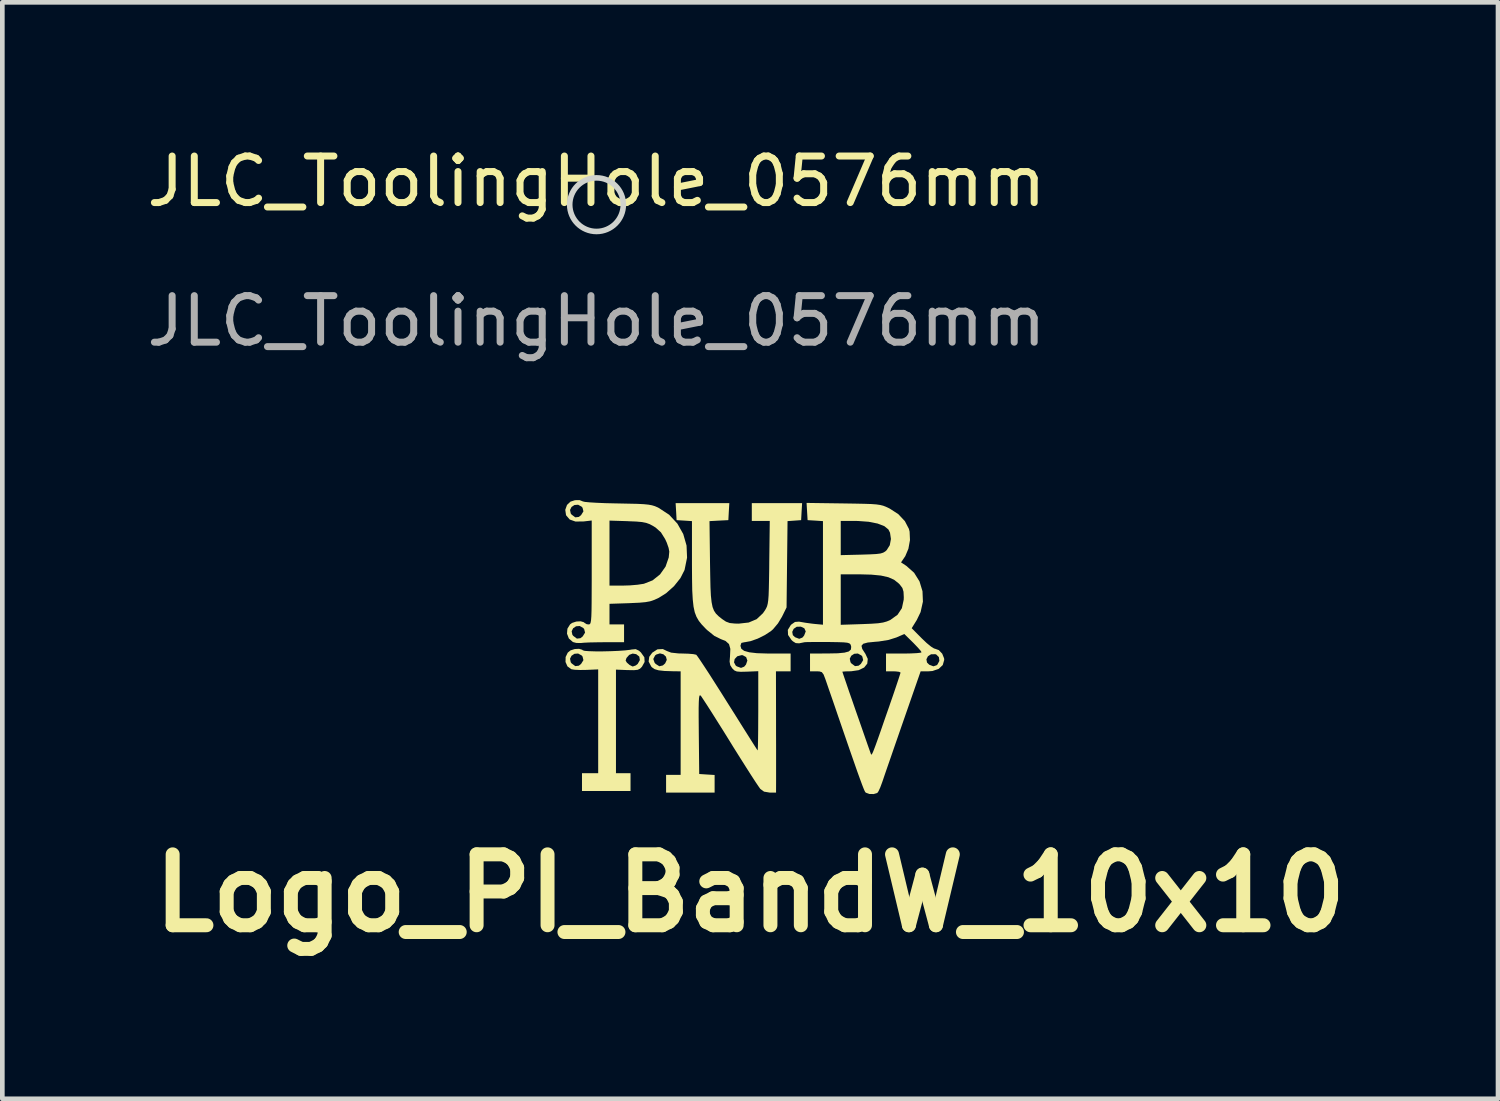
<source format=kicad_pcb>
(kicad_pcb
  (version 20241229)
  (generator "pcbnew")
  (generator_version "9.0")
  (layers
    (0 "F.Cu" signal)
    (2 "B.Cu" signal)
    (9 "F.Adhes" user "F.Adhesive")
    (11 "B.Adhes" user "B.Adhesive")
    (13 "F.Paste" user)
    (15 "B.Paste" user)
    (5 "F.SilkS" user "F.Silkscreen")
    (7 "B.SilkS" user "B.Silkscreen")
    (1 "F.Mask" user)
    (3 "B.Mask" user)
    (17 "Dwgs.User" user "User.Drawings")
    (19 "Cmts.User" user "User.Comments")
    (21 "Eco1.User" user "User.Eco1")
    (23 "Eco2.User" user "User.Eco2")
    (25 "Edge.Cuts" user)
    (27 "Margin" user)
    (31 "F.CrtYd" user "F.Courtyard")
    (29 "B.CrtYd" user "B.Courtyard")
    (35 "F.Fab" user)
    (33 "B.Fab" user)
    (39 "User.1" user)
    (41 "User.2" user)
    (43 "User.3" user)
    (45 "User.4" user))
  (footprint "JLC_ToolingHole_0576mm"
    (layer "F.Cu")
    (at 9.768 1.348)
    (property "Reference" "JLC_ToolingHole_0576mm" (at 0 -0.5 0) (unlocked yes) (layer "F.SilkS") (effects (font (size 1 1) (thickness 0.15))))
    (fp_circle (center 0 0) (end 0.576 0) (stroke (width 0.12) (type solid)) (fill no) (layer "Edge.Cuts"))
    (fp_text user "${REFERENCE}" (at 0 2.5 0) (unlocked yes) (layer "F.Fab") (effects (font (size 1 1) (thickness 0.15)))))
  (footprint "Logo_PI_BandW_10x10"
    (layer "F.Cu")
    (at 13.07 11.063)
    (property "Reference" "Logo_PI_BandW_10x10" (at 0 5.08 0) (layer "F.SilkS") (effects (font (size 1.524 1.524) (thickness 0.3))))
    (attr board_only exclude_from_pos_files exclude_from_bom)
    (fp_poly (pts (xy -3.609 -0.151) (xy -3.596 -0.139) (xy -3.555 -0.127) (xy -3.46 -0.12) (xy -3.325 -0.116) (xy -3.166 -0.116) (xy -2.996 -0.12) (xy -2.832 -0.127) (xy -2.688 -0.137) (xy -2.578 -0.15) (xy -2.547 -0.156) (xy -2.459 -0.164) (xy -2.389 -0.13) (xy -2.347 -0.092) (xy -2.274 0.011) (xy -2.268 0.111) (xy -2.325 0.213) (xy -2.367 0.256) (xy -2.417 0.28) (xy -2.496 0.288) (xy -2.622 0.286) (xy -2.638 0.286) (xy -2.884 0.276) (xy -2.884 2.502) (xy -2.571 2.502) (xy -2.571 2.884) (xy -3.614 2.884) (xy -3.614 2.502) (xy -3.266 2.502) (xy -3.266 0.271) (xy -3.518 0.282) (xy -3.654 0.284) (xy -3.77 0.279) (xy -3.842 0.268) (xy -3.843 0.267) (xy -3.926 0.207) (xy -3.968 0.112) (xy -3.966 0.042) (xy -3.871 0.042) (xy -3.856 0.117) (xy -3.837 0.142) (xy -3.758 0.201) (xy -3.682 0.192) (xy -3.634 0.154) (xy -3.589 0.082) (xy -2.676 0.082) (xy -2.649 0.126) (xy -2.591 0.176) (xy -2.531 0.207) (xy -2.519 0.208) (xy -2.458 0.186) (xy -2.417 0.154) (xy -2.37 0.071) (xy -2.383 -0.005) (xy -2.449 -0.056) (xy -2.525 -0.069) (xy -2.599 -0.041) (xy -2.658 0.026) (xy -2.676 0.082) (xy -3.589 0.082) (xy -3.583 0.072) (xy -3.602 -0.005) (xy -3.621 -0.028) (xy -3.697 -0.07) (xy -3.776 -0.064) (xy -3.839 -0.022) (xy -3.871 0.042) (xy -3.966 0.042) (xy -3.966 0.006) (xy -3.92 -0.089) (xy -3.861 -0.137) (xy -3.771 -0.166) (xy -3.677 -0.171)) (stroke (width 0) (type solid)) (fill yes) (layer "F.SilkS"))
    (fp_poly (pts (xy -3.595 -3.338) (xy -3.551 -3.328) (xy -3.449 -3.318) (xy -3.3 -3.309) (xy -3.113 -3.301) (xy -2.901 -3.296) (xy -2.849 -3.295) (xy -2.607 -3.29) (xy -2.423 -3.286) (xy -2.287 -3.279) (xy -2.186 -3.269) (xy -2.11 -3.255) (xy -2.047 -3.236) (xy -1.987 -3.21) (xy -1.964 -3.198) (xy -1.741 -3.052) (xy -1.564 -2.861) (xy -1.438 -2.637) (xy -1.367 -2.39) (xy -1.356 -2.13) (xy -1.409 -1.87) (xy -1.41 -1.865) (xy -1.499 -1.69) (xy -1.637 -1.517) (xy -1.807 -1.365) (xy -1.971 -1.263) (xy -2.064 -1.221) (xy -2.15 -1.192) (xy -2.25 -1.174) (xy -2.379 -1.162) (xy -2.557 -1.154) (xy -2.595 -1.152) (xy -3.023 -1.138) (xy -3.023 -0.695) (xy -2.71 -0.695) (xy -2.71 -0.313) (xy -3.123 -0.313) (xy -3.295 -0.311) (xy -3.451 -0.308) (xy -3.572 -0.302) (xy -3.635 -0.296) (xy -3.736 -0.297) (xy -3.81 -0.317) (xy -3.896 -0.393) (xy -3.936 -0.496) (xy -3.932 -0.549) (xy -3.836 -0.549) (xy -3.821 -0.474) (xy -3.802 -0.449) (xy -3.723 -0.39) (xy -3.648 -0.399) (xy -3.599 -0.437) (xy -3.548 -0.519) (xy -3.567 -0.596) (xy -3.586 -0.618) (xy -3.663 -0.661) (xy -3.741 -0.655) (xy -3.804 -0.613) (xy -3.836 -0.549) (xy -3.932 -0.549) (xy -3.927 -0.604) (xy -3.87 -0.696) (xy -3.826 -0.728) (xy -3.736 -0.757) (xy -3.643 -0.762) (xy -3.574 -0.742) (xy -3.562 -0.73) (xy -3.513 -0.7) (xy -3.473 -0.695) (xy -3.454 -0.697) (xy -3.439 -0.709) (xy -3.428 -0.737) (xy -3.419 -0.789) (xy -3.413 -0.871) (xy -3.409 -0.99) (xy -3.407 -1.155) (xy -3.406 -1.371) (xy -3.405 -1.646) (xy -3.405 -1.812) (xy -3.405 -2.926) (xy -3.023 -2.926) (xy -3.023 -1.529) (xy -2.747 -1.529) (xy -2.584 -1.534) (xy -2.419 -1.548) (xy -2.289 -1.568) (xy -2.286 -1.568) (xy -2.097 -1.642) (xy -1.937 -1.77) (xy -1.818 -1.938) (xy -1.75 -2.134) (xy -1.738 -2.26) (xy -1.753 -2.34) (xy -1.792 -2.452) (xy -1.828 -2.53) (xy -1.917 -2.673) (xy -2.03 -2.775) (xy -2.079 -2.806) (xy -2.158 -2.849) (xy -2.234 -2.877) (xy -2.325 -2.895) (xy -2.449 -2.906) (xy -2.624 -2.913) (xy -2.632 -2.914) (xy -3.023 -2.926) (xy -3.405 -2.926) (xy -3.405 -2.928) (xy -3.58 -2.908) (xy -3.754 -2.906) (xy -3.877 -2.949) (xy -3.953 -3.037) (xy -3.957 -3.044) (xy -3.973 -3.155) (xy -3.871 -3.155) (xy -3.856 -3.08) (xy -3.837 -3.055) (xy -3.758 -2.996) (xy -3.682 -3.005) (xy -3.634 -3.043) (xy -3.583 -3.125) (xy -3.602 -3.202) (xy -3.621 -3.225) (xy -3.697 -3.267) (xy -3.776 -3.261) (xy -3.839 -3.219) (xy -3.871 -3.155) (xy -3.973 -3.155) (xy -3.974 -3.156) (xy -3.936 -3.263) (xy -3.861 -3.334) (xy -3.763 -3.365) (xy -3.664 -3.366)) (stroke (width 0) (type solid)) (fill yes) (layer "F.SilkS"))
    (fp_poly (pts (xy -0.459 -3.119) (xy -0.469 -2.936) (xy -0.671 -2.926) (xy -0.874 -2.915) (xy -0.863 -2.022) (xy -0.858 -1.728) (xy -0.853 -1.494) (xy -0.844 -1.312) (xy -0.829 -1.174) (xy -0.808 -1.069) (xy -0.777 -0.99) (xy -0.736 -0.928) (xy -0.681 -0.873) (xy -0.612 -0.818) (xy -0.602 -0.81) (xy -0.52 -0.755) (xy -0.438 -0.725) (xy -0.33 -0.714) (xy -0.246 -0.712) (xy -0.032 -0.736) (xy 0.139 -0.808) (xy 0.274 -0.935) (xy 0.32 -1.001) (xy 0.344 -1.043) (xy 0.363 -1.086) (xy 0.377 -1.14) (xy 0.388 -1.214) (xy 0.396 -1.317) (xy 0.401 -1.459) (xy 0.405 -1.647) (xy 0.409 -1.891) (xy 0.41 -2.024) (xy 0.421 -2.919) (xy 0.035 -2.919) (xy 0.035 -3.301) (xy 1.116 -3.301) (xy 1.105 -3.119) (xy 1.095 -2.936) (xy 0.803 -2.915) (xy 0.782 -1.06) (xy 0.684 -0.861) (xy 0.597 -0.717) (xy 0.492 -0.592) (xy 0.449 -0.554) (xy 0.317 -0.467) (xy 0.162 -0.39) (xy 0.01 -0.336) (xy -0.115 -0.313) (xy -0.122 -0.313) (xy -0.189 -0.298) (xy -0.208 -0.241) (xy -0.208 -0.233) (xy -0.19 -0.172) (xy -0.129 -0.127) (xy -0.019 -0.096) (xy 0.145 -0.077) (xy 0.37 -0.07) (xy 0.445 -0.069) (xy 0.869 -0.069) (xy 0.869 0.313) (xy 0.554 0.313) (xy 0.556 1.364) (xy 0.556 1.641) (xy 0.557 1.909) (xy 0.557 2.155) (xy 0.557 2.368) (xy 0.557 2.537) (xy 0.557 2.651) (xy 0.557 2.667) (xy 0.556 2.919) (xy 0.423 2.919) (xy 0.298 2.898) (xy 0.219 2.841) (xy 0.184 2.792) (xy 0.117 2.693) (xy 0.024 2.55) (xy -0.09 2.371) (xy -0.221 2.164) (xy -0.363 1.938) (xy -0.433 1.824) (xy -0.577 1.592) (xy -0.712 1.378) (xy -0.831 1.189) (xy -0.931 1.033) (xy -1.007 0.917) (xy -1.053 0.848) (xy -1.064 0.835) (xy -1.079 0.826) (xy -1.091 0.842) (xy -1.099 0.889) (xy -1.104 0.973) (xy -1.107 1.103) (xy -1.107 1.286) (xy -1.105 1.527) (xy -1.104 1.651) (xy -1.095 2.519) (xy -0.929 2.53) (xy -0.764 2.54) (xy -0.764 2.919) (xy -1.807 2.919) (xy -1.807 2.537) (xy -1.494 2.537) (xy -1.494 0.313) (xy -1.659 0.311) (xy -1.841 0.305) (xy -1.968 0.291) (xy -2.053 0.266) (xy -2.11 0.227) (xy -2.127 0.208) (xy -2.182 0.102) (xy -2.175 0.048) (xy -2.082 0.048) (xy -2.053 0.129) (xy -2.03 0.154) (xy -1.952 0.204) (xy -1.876 0.186) (xy -1.827 0.142) (xy -1.792 0.067) (xy -1.81 -0.003) (xy -1.864 -0.053) (xy -1.939 -0.073) (xy -2.018 -0.048) (xy -2.043 -0.028) (xy -2.082 0.048) (xy -2.175 0.048) (xy -2.169 0.000496) (xy -2.104 -0.088) (xy -1.993 -0.16) (xy -1.877 -0.166) (xy -1.787 -0.123) (xy -1.698 -0.089) (xy -1.542 -0.072) (xy -1.459 -0.07) (xy -1.328 -0.066) (xy -1.221 -0.057) (xy -1.161 -0.044) (xy -1.158 -0.043) (xy -1.131 -0.008) (xy -1.071 0.079) (xy -0.984 0.21) (xy -0.873 0.38) (xy -0.745 0.581) (xy -0.602 0.806) (xy -0.486 0.991) (xy -0.336 1.228) (xy -0.199 1.447) (xy -0.078 1.639) (xy 0.023 1.799) (xy 0.099 1.919) (xy 0.146 1.992) (xy 0.16 2.012) (xy 0.164 1.983) (xy 0.167 1.894) (xy 0.17 1.753) (xy 0.172 1.571) (xy 0.173 1.355) (xy 0.174 1.169) (xy 0.174 0.31) (xy -0.073 0.32) (xy -0.204 0.323) (xy -0.287 0.316) (xy -0.339 0.294) (xy -0.381 0.253) (xy -0.387 0.246) (xy -0.428 0.181) (xy -0.439 0.12) (xy -0.347 0.12) (xy -0.311 0.188) (xy -0.287 0.206) (xy -0.197 0.239) (xy -0.129 0.213) (xy -0.09 0.168) (xy -0.06 0.081) (xy -0.087 0.007) (xy -0.159 -0.033) (xy -0.185 -0.035) (xy -0.276 -0.011) (xy -0.333 0.048) (xy -0.347 0.12) (xy -0.439 0.12) (xy -0.442 0.103) (xy -0.433 -0.012) (xy -0.433 -0.019) (xy -0.426 -0.17) (xy -0.455 -0.272) (xy -0.528 -0.339) (xy -0.629 -0.379) (xy -0.769 -0.448) (xy -0.925 -0.574) (xy -0.958 -0.606) (xy -1.039 -0.691) (xy -1.103 -0.771) (xy -1.153 -0.857) (xy -1.191 -0.956) (xy -1.217 -1.078) (xy -1.234 -1.233) (xy -1.245 -1.428) (xy -1.249 -1.673) (xy -1.251 -1.977) (xy -1.251 -2.037) (xy -1.251 -2.915) (xy -1.416 -2.926) (xy -1.581 -2.936) (xy -1.591 -3.119) (xy -1.602 -3.301) (xy -0.448 -3.301)) (stroke (width 0) (type solid)) (fill yes) (layer "F.SilkS"))
    (fp_poly (pts (xy 2.005 -3.295) (xy 2.259 -3.291) (xy 2.455 -3.287) (xy 2.602 -3.282) (xy 2.711 -3.274) (xy 2.793 -3.262) (xy 2.858 -3.246) (xy 2.918 -3.223) (xy 2.981 -3.193) (xy 2.999 -3.184) (xy 3.183 -3.065) (xy 3.324 -2.915) (xy 3.411 -2.748) (xy 3.426 -2.689) (xy 3.434 -2.508) (xy 3.4 -2.321) (xy 3.332 -2.16) (xy 3.322 -2.146) (xy 3.242 -2.028) (xy 3.355 -1.954) (xy 3.523 -1.805) (xy 3.639 -1.619) (xy 3.703 -1.408) (xy 3.712 -1.184) (xy 3.662 -0.96) (xy 3.58 -0.79) (xy 3.471 -0.614) (xy 3.689 -0.394) (xy 3.793 -0.295) (xy 3.886 -0.219) (xy 3.952 -0.178) (xy 3.969 -0.174) (xy 4.054 -0.143) (xy 4.127 -0.066) (xy 4.167 0.034) (xy 4.17 0.067) (xy 4.138 0.178) (xy 4.051 0.26) (xy 3.917 0.306) (xy 3.825 0.313) (xy 3.663 0.313) (xy 3.285 1.399) (xy 3.191 1.67) (xy 3.101 1.929) (xy 3.019 2.167) (xy 2.947 2.374) (xy 2.89 2.54) (xy 2.851 2.655) (xy 2.838 2.693) (xy 2.796 2.806) (xy 2.757 2.891) (xy 2.731 2.927) (xy 2.654 2.95) (xy 2.561 2.948) (xy 2.487 2.921) (xy 2.475 2.91) (xy 2.46 2.884) (xy 2.437 2.831) (xy 2.404 2.746) (xy 2.359 2.624) (xy 2.3 2.461) (xy 2.227 2.252) (xy 2.136 1.991) (xy 2.027 1.675) (xy 1.897 1.297) (xy 1.893 1.286) (xy 1.821 1.074) (xy 1.752 0.874) (xy 1.691 0.699) (xy 1.644 0.562) (xy 1.615 0.478) (xy 1.577 0.38) (xy 1.54 0.331) (xy 1.508 0.321) (xy 1.981 0.321) (xy 1.992 0.355) (xy 2.022 0.444) (xy 2.068 0.578) (xy 2.125 0.746) (xy 2.192 0.937) (xy 2.263 1.143) (xy 2.336 1.351) (xy 2.406 1.552) (xy 2.47 1.736) (xy 2.524 1.891) (xy 2.565 2.007) (xy 2.589 2.075) (xy 2.593 2.085) (xy 2.599 2.098) (xy 2.607 2.103) (xy 2.617 2.091) (xy 2.634 2.058) (xy 2.659 1.997) (xy 2.695 1.902) (xy 2.744 1.766) (xy 2.808 1.584) (xy 2.889 1.349) (xy 2.992 1.055) (xy 3.002 1.025) (xy 3.072 0.823) (xy 3.133 0.643) (xy 3.182 0.496) (xy 3.216 0.392) (xy 3.231 0.342) (xy 3.231 0.339) (xy 3.2 0.323) (xy 3.122 0.314) (xy 3.075 0.313) (xy 2.919 0.313) (xy 2.919 0.054) (xy 3.787 0.054) (xy 3.8 0.124) (xy 3.848 0.171) (xy 3.937 0.205) (xy 4.005 0.183) (xy 4.024 0.167) (xy 4.066 0.088) (xy 4.055 0.007) (xy 3.998 -0.049) (xy 3.978 -0.055) (xy 3.887 -0.054) (xy 3.82 -0.011) (xy 3.787 0.054) (xy 2.919 0.054) (xy 2.919 -0.069) (xy 3.301 -0.069) (xy 3.455 -0.072) (xy 3.579 -0.078) (xy 3.659 -0.087) (xy 3.683 -0.097) (xy 3.66 -0.133) (xy 3.599 -0.202) (xy 3.513 -0.292) (xy 3.498 -0.307) (xy 3.313 -0.489) (xy 3.142 -0.415) (xy 2.974 -0.362) (xy 2.762 -0.328) (xy 2.684 -0.322) (xy 2.525 -0.306) (xy 2.43 -0.28) (xy 2.392 -0.236) (xy 2.408 -0.169) (xy 2.471 -0.071) (xy 2.474 -0.068) (xy 2.527 0.046) (xy 2.516 0.148) (xy 2.449 0.231) (xy 2.331 0.288) (xy 2.167 0.312) (xy 2.146 0.312) (xy 2.049 0.314) (xy 1.99 0.319) (xy 1.981 0.321) (xy 1.508 0.321) (xy 1.485 0.314) (xy 1.421 0.313) (xy 1.286 0.313) (xy 1.286 0.042) (xy 2.14 0.042) (xy 2.156 0.117) (xy 2.174 0.142) (xy 2.253 0.201) (xy 2.329 0.192) (xy 2.378 0.154) (xy 2.428 0.072) (xy 2.41 -0.005) (xy 2.391 -0.028) (xy 2.314 -0.07) (xy 2.236 -0.064) (xy 2.172 -0.022) (xy 2.14 0.042) (xy 1.286 0.042) (xy 1.286 -0.069) (xy 1.677 -0.071) (xy 1.883 -0.075) (xy 2.027 -0.089) (xy 2.119 -0.114) (xy 2.164 -0.155) (xy 2.171 -0.212) (xy 2.166 -0.237) (xy 2.155 -0.267) (xy 2.132 -0.288) (xy 2.087 -0.302) (xy 2.008 -0.31) (xy 1.884 -0.314) (xy 1.703 -0.317) (xy 1.672 -0.317) (xy 1.496 -0.318) (xy 1.345 -0.317) (xy 1.231 -0.316) (xy 1.17 -0.313) (xy 1.164 -0.312) (xy 1.052 -0.289) (xy 0.979 -0.294) (xy 0.918 -0.332) (xy 0.888 -0.36) (xy 0.814 -0.469) (xy 0.811 -0.535) (xy 0.904 -0.535) (xy 0.917 -0.464) (xy 0.964 -0.42) (xy 1.054 -0.386) (xy 1.122 -0.412) (xy 1.159 -0.456) (xy 1.194 -0.545) (xy 1.164 -0.612) (xy 1.09 -0.647) (xy 1.001 -0.645) (xy 0.935 -0.601) (xy 0.904 -0.535) (xy 0.811 -0.535) (xy 0.809 -0.578) (xy 0.873 -0.682) (xy 0.878 -0.687) (xy 1.946 -0.687) (xy 2.406 -0.702) (xy 2.605 -0.71) (xy 2.749 -0.72) (xy 2.855 -0.736) (xy 2.937 -0.759) (xy 3.01 -0.791) (xy 3.016 -0.794) (xy 3.167 -0.903) (xy 3.26 -1.044) (xy 3.299 -1.225) (xy 3.301 -1.28) (xy 3.295 -1.398) (xy 3.271 -1.478) (xy 3.215 -1.552) (xy 3.187 -1.58) (xy 3.092 -1.655) (xy 2.97 -1.709) (xy 2.811 -1.745) (xy 2.605 -1.765) (xy 2.342 -1.772) (xy 2.326 -1.772) (xy 1.946 -1.772) (xy 1.946 -0.687) (xy 0.878 -0.687) (xy 0.884 -0.693) (xy 0.963 -0.748) (xy 1.049 -0.755) (xy 1.084 -0.749) (xy 1.188 -0.731) (xy 1.321 -0.713) (xy 1.381 -0.706) (xy 1.564 -0.689) (xy 1.564 -2.184) (xy 1.946 -2.184) (xy 2.395 -2.195) (xy 2.581 -2.201) (xy 2.711 -2.208) (xy 2.799 -2.219) (xy 2.858 -2.237) (xy 2.902 -2.263) (xy 2.933 -2.291) (xy 3 -2.397) (xy 3.025 -2.531) (xy 3.005 -2.666) (xy 2.97 -2.736) (xy 2.883 -2.807) (xy 2.738 -2.863) (xy 2.546 -2.901) (xy 2.318 -2.918) (xy 2.252 -2.919) (xy 1.946 -2.919) (xy 1.946 -2.184) (xy 1.564 -2.184) (xy 1.564 -2.915) (xy 1.399 -2.926) (xy 1.234 -2.936) (xy 1.223 -3.121) (xy 1.212 -3.306)) (stroke (width 0) (type solid)) (fill yes) (layer "F.SilkS")))
  (gr_rect
    (start -3 -3)
    (end 29.14 20.561)
    (stroke (width 0.1) (type default))
    (fill no)
    (layer "Edge.Cuts")))
</source>
